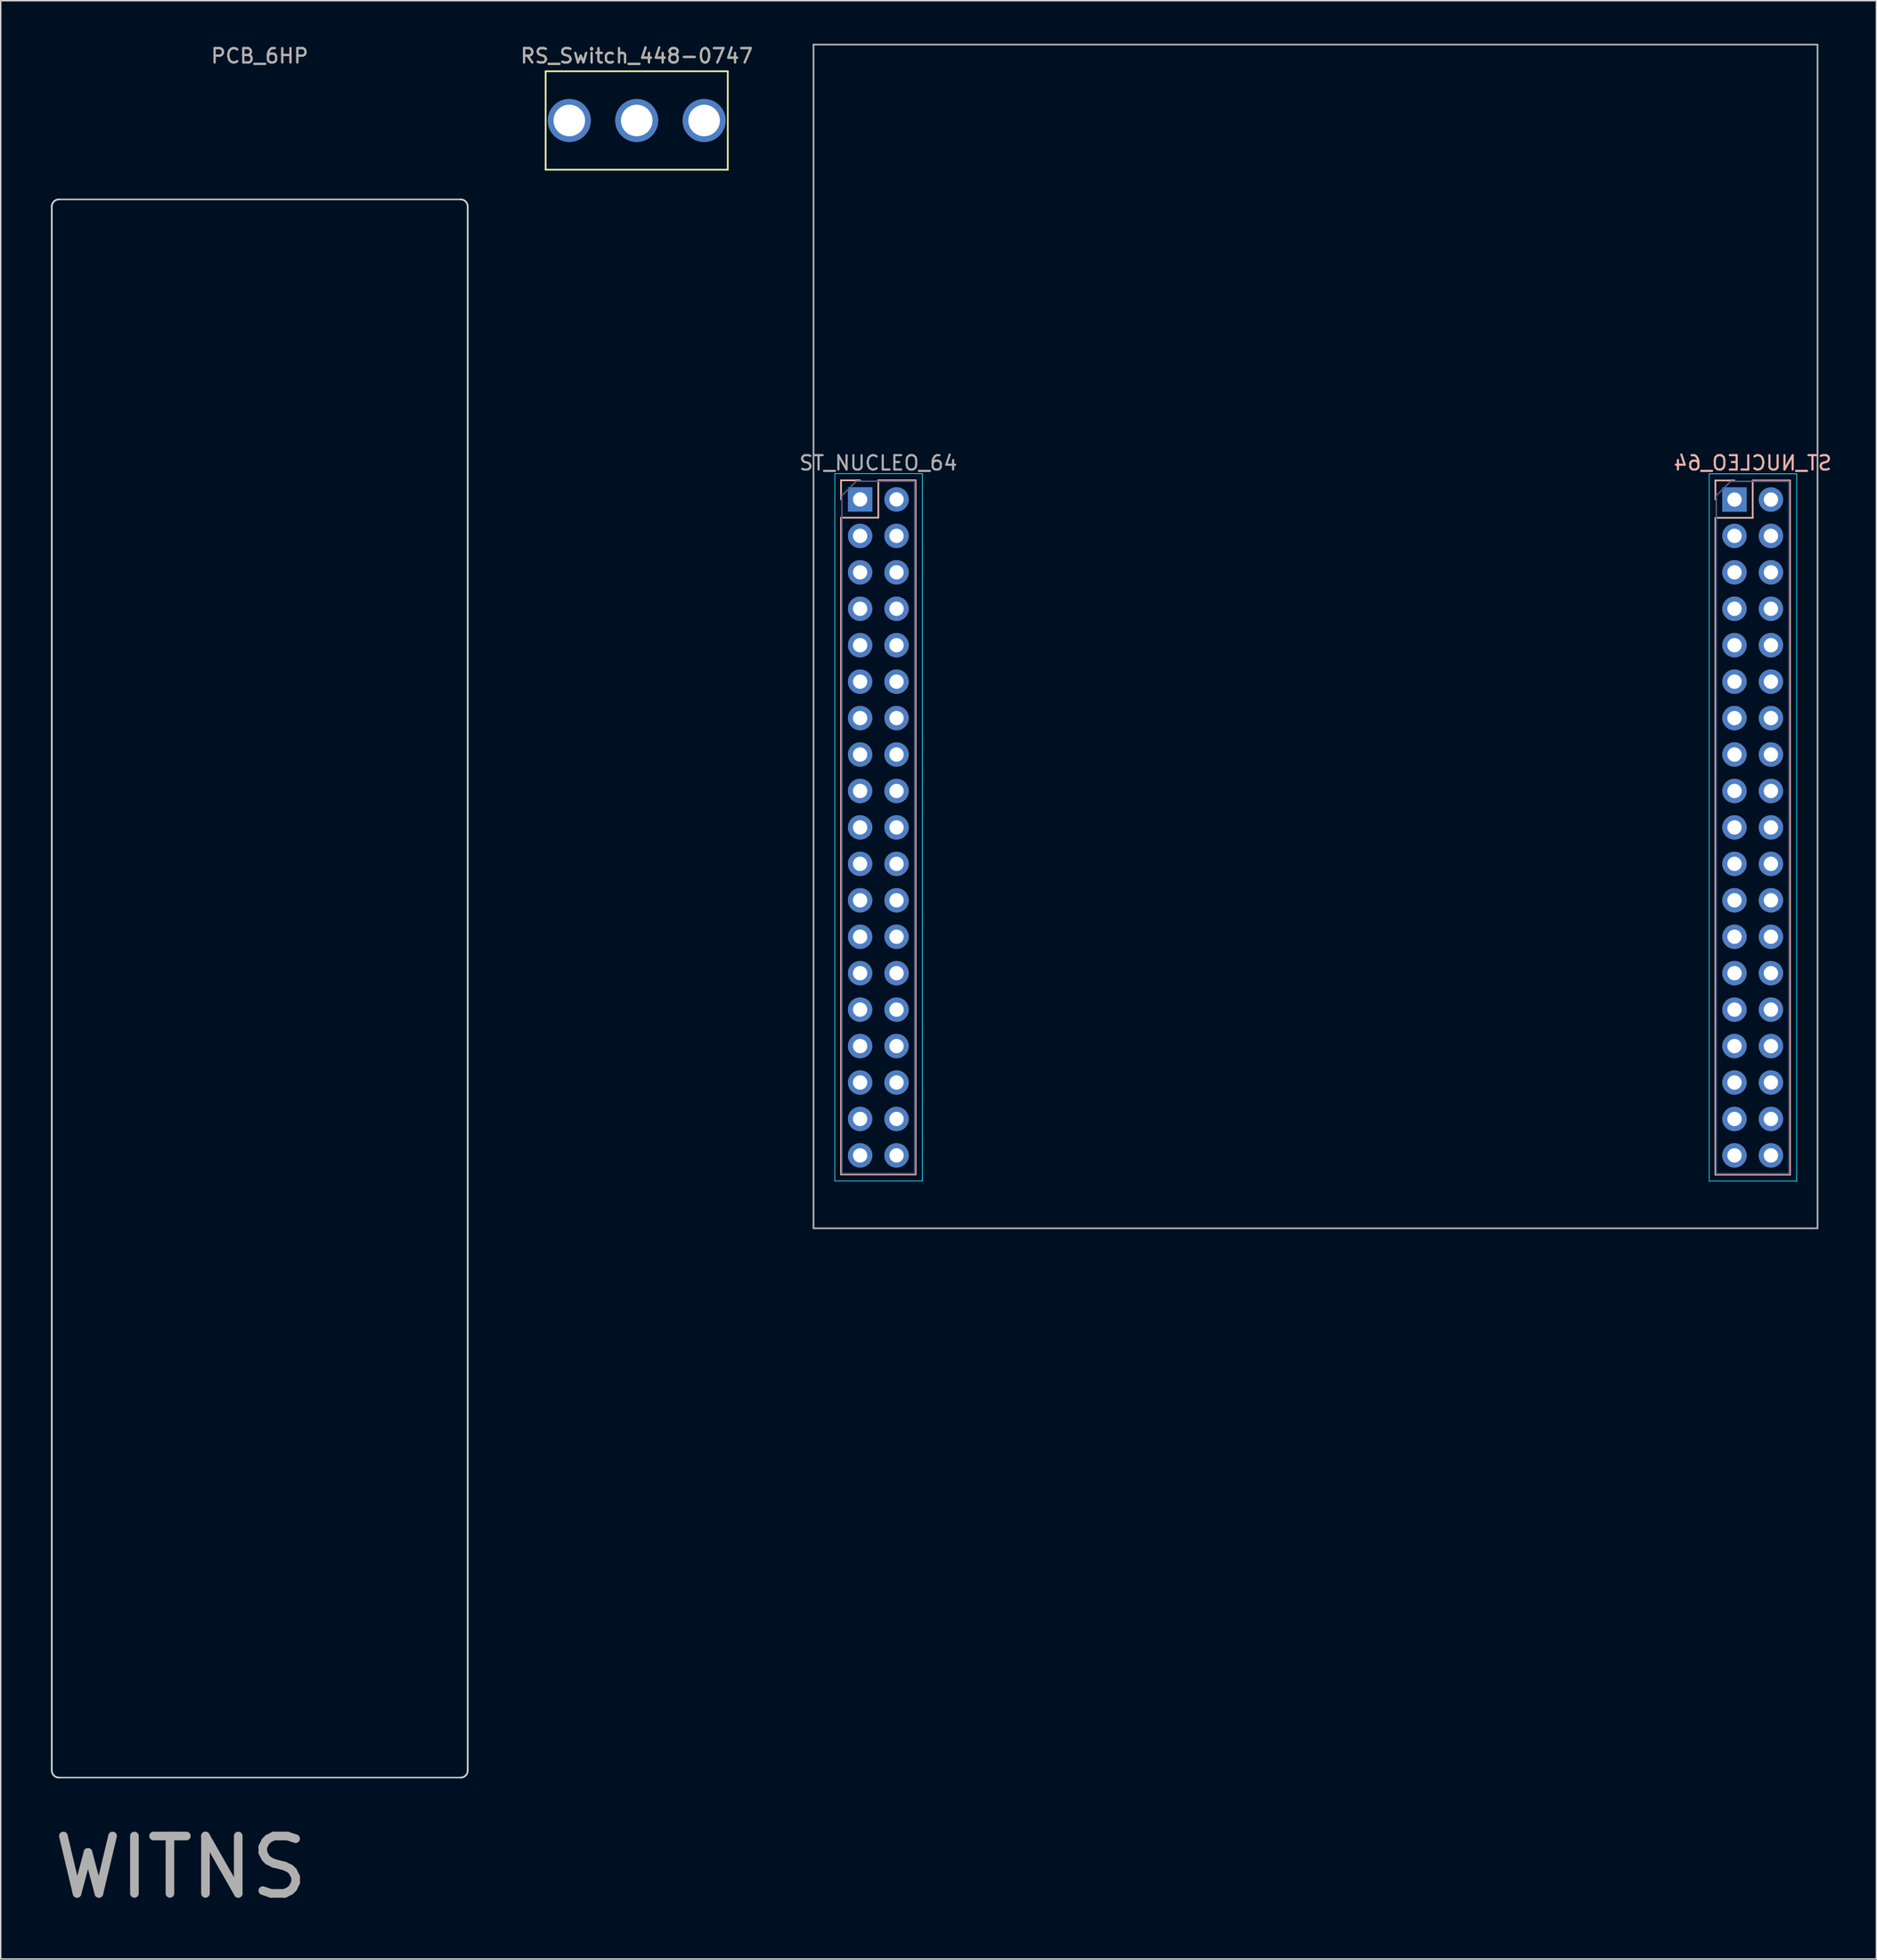
<source format=kicad_pcb>
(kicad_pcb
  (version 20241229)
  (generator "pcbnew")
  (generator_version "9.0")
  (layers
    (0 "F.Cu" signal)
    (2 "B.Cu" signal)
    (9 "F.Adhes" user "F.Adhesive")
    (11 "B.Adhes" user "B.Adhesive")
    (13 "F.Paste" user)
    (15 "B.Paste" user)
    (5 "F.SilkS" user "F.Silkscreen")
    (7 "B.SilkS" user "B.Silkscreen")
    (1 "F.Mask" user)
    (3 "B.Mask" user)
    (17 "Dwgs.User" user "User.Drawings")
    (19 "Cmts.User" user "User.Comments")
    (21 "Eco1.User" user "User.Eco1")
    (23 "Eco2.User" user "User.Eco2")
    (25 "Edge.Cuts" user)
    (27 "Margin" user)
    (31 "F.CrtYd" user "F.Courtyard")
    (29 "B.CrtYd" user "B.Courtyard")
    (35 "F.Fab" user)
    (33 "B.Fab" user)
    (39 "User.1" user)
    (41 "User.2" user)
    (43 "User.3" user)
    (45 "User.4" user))
  (footprint "ST_NUCLEO_64"
    (layer "F.Cu")
    (at 88.665 54.62)
    (property "Reference" "ST_NUCLEO_64" (at 30.48 -25.4 0) (layer "B.SilkS") (effects (font (size 1 1) (thickness 0.15)) (justify mirror)))
    (attr through_hole)
    (fp_line (start -33.08 -24.19) (end -33.08 -22.86) (stroke (width 0.12) (type solid)) (layer "B.SilkS"))
    (fp_line (start -33.08 -21.59) (end -33.08 24.19) (stroke (width 0.12) (type solid)) (layer "B.SilkS"))
    (fp_line (start -31.75 -24.19) (end -33.08 -24.19) (stroke (width 0.12) (type solid)) (layer "B.SilkS"))
    (fp_line (start -30.48 -24.19) (end -30.48 -21.59) (stroke (width 0.12) (type solid)) (layer "B.SilkS"))
    (fp_line (start -30.48 -21.59) (end -33.08 -21.59) (stroke (width 0.12) (type solid)) (layer "B.SilkS"))
    (fp_line (start -27.88 -24.19) (end -30.48 -24.19) (stroke (width 0.12) (type solid)) (layer "B.SilkS"))
    (fp_line (start -27.88 -24.19) (end -27.88 24.19) (stroke (width 0.12) (type solid)) (layer "B.SilkS"))
    (fp_line (start -27.88 24.19) (end -33.08 24.19) (stroke (width 0.12) (type solid)) (layer "B.SilkS"))
    (fp_line (start 27.88 -24.18) (end 27.88 -22.85) (stroke (width 0.12) (type solid)) (layer "B.SilkS"))
    (fp_line (start 27.88 -21.58) (end 27.88 24.2) (stroke (width 0.12) (type solid)) (layer "B.SilkS"))
    (fp_line (start 29.21 -24.18) (end 27.88 -24.18) (stroke (width 0.12) (type solid)) (layer "B.SilkS"))
    (fp_line (start 30.48 -24.18) (end 30.48 -21.58) (stroke (width 0.12) (type solid)) (layer "B.SilkS"))
    (fp_line (start 30.48 -21.58) (end 27.88 -21.58) (stroke (width 0.12) (type solid)) (layer "B.SilkS"))
    (fp_line (start 33.08 -24.18) (end 30.48 -24.18) (stroke (width 0.12) (type solid)) (layer "B.SilkS"))
    (fp_line (start 33.08 -24.18) (end 33.08 24.2) (stroke (width 0.12) (type solid)) (layer "B.SilkS"))
    (fp_line (start 33.08 24.2) (end 27.88 24.2) (stroke (width 0.12) (type solid)) (layer "B.SilkS"))
    (fp_line (start -33.51 -24.66) (end -33.51 24.64) (stroke (width 0.05) (type solid)) (layer "B.CrtYd"))
    (fp_line (start -33.51 24.64) (end -27.41 24.64) (stroke (width 0.05) (type solid)) (layer "B.CrtYd"))
    (fp_line (start -27.41 -24.66) (end -33.51 -24.66) (stroke (width 0.05) (type solid)) (layer "B.CrtYd"))
    (fp_line (start -27.41 24.64) (end -27.41 -24.66) (stroke (width 0.05) (type solid)) (layer "B.CrtYd"))
    (fp_line (start 27.45 -24.65) (end 27.45 24.65) (stroke (width 0.05) (type solid)) (layer "B.CrtYd"))
    (fp_line (start 27.45 24.65) (end 33.55 24.65) (stroke (width 0.05) (type solid)) (layer "B.CrtYd"))
    (fp_line (start 33.55 -24.65) (end 27.45 -24.65) (stroke (width 0.05) (type solid)) (layer "B.CrtYd"))
    (fp_line (start 33.55 24.65) (end 33.55 -24.65) (stroke (width 0.05) (type solid)) (layer "B.CrtYd"))
    (fp_line (start -33.02 -23.13) (end -33.02 24.13) (stroke (width 0.1) (type solid)) (layer "B.Fab"))
    (fp_line (start -33.02 24.13) (end -27.94 24.13) (stroke (width 0.1) (type solid)) (layer "B.Fab"))
    (fp_line (start -32.02 -24.13) (end -33.02 -23.13) (stroke (width 0.1) (type solid)) (layer "B.Fab"))
    (fp_line (start -27.94 -24.13) (end -32.02 -24.13) (stroke (width 0.1) (type solid)) (layer "B.Fab"))
    (fp_line (start -27.94 24.13) (end -27.94 -24.13) (stroke (width 0.1) (type solid)) (layer "B.Fab"))
    (fp_line (start 27.94 -23.12) (end 27.94 24.14) (stroke (width 0.1) (type solid)) (layer "B.Fab"))
    (fp_line (start 27.94 24.14) (end 33.02 24.14) (stroke (width 0.1) (type solid)) (layer "B.Fab"))
    (fp_line (start 28.94 -24.12) (end 27.94 -23.12) (stroke (width 0.1) (type solid)) (layer "B.Fab"))
    (fp_line (start 33.02 -24.12) (end 28.94 -24.12) (stroke (width 0.1) (type solid)) (layer "B.Fab"))
    (fp_line (start 33.02 24.14) (end 33.02 -24.12) (stroke (width 0.1) (type solid)) (layer "B.Fab"))
    (fp_line (start -35 -54.56) (end 35 -54.56) (stroke (width 0.12) (type default)) (layer "F.Fab"))
    (fp_line (start -35 27.94) (end -35 -54.56) (stroke (width 0.12) (type default)) (layer "F.Fab"))
    (fp_line (start -35 27.94) (end 35 27.94) (stroke (width 0.12) (type default)) (layer "F.Fab"))
    (fp_line (start 35 -54.56) (end 35 27.94) (stroke (width 0.12) (type default)) (layer "F.Fab"))
    (fp_text user "${REFERENCE}" (at -30.48 -25.4 180) (layer "F.Fab") (effects (font (size 1 1) (thickness 0.15))))
    (pad "101" thru_hole rect (at -31.75 -22.86) (size 1.7 1.7) (drill 1) (layers "*.Cu" "*.Mask"))
    (pad "102" thru_hole oval (at -29.21 -22.86) (size 1.7 1.7) (drill 1) (layers "*.Cu" "*.Mask"))
    (pad "103" thru_hole oval (at -31.75 -20.32) (size 1.7 1.7) (drill 1) (layers "*.Cu" "*.Mask"))
    (pad "104" thru_hole oval (at -29.21 -20.32) (size 1.7 1.7) (drill 1) (layers "*.Cu" "*.Mask"))
    (pad "105" thru_hole oval (at -31.75 -17.78) (size 1.7 1.7) (drill 1) (layers "*.Cu" "*.Mask"))
    (pad "106" thru_hole oval (at -29.21 -17.78) (size 1.7 1.7) (drill 1) (layers "*.Cu" "*.Mask"))
    (pad "107" thru_hole oval (at -31.75 -15.24) (size 1.7 1.7) (drill 1) (layers "*.Cu" "*.Mask"))
    (pad "108" thru_hole oval (at -29.21 -15.24) (size 1.7 1.7) (drill 1) (layers "*.Cu" "*.Mask"))
    (pad "109" thru_hole oval (at -31.75 -12.7) (size 1.7 1.7) (drill 1) (layers "*.Cu" "*.Mask"))
    (pad "110" thru_hole oval (at -29.21 -12.7) (size 1.7 1.7) (drill 1) (layers "*.Cu" "*.Mask"))
    (pad "111" thru_hole oval (at -31.75 -10.16) (size 1.7 1.7) (drill 1) (layers "*.Cu" "*.Mask"))
    (pad "112" thru_hole oval (at -29.21 -10.16) (size 1.7 1.7) (drill 1) (layers "*.Cu" "*.Mask"))
    (pad "113" thru_hole oval (at -31.75 -7.62) (size 1.7 1.7) (drill 1) (layers "*.Cu" "*.Mask"))
    (pad "114" thru_hole oval (at -29.21 -7.62) (size 1.7 1.7) (drill 1) (layers "*.Cu" "*.Mask"))
    (pad "115" thru_hole oval (at -31.75 -5.08) (size 1.7 1.7) (drill 1) (layers "*.Cu" "*.Mask"))
    (pad "116" thru_hole oval (at -29.21 -5.08) (size 1.7 1.7) (drill 1) (layers "*.Cu" "*.Mask"))
    (pad "117" thru_hole oval (at -31.75 -2.54) (size 1.7 1.7) (drill 1) (layers "*.Cu" "*.Mask"))
    (pad "118" thru_hole oval (at -29.21 -2.54) (size 1.7 1.7) (drill 1) (layers "*.Cu" "*.Mask"))
    (pad "119" thru_hole oval (at -31.75 0) (size 1.7 1.7) (drill 1) (layers "*.Cu" "*.Mask"))
    (pad "120" thru_hole oval (at -29.21 0) (size 1.7 1.7) (drill 1) (layers "*.Cu" "*.Mask"))
    (pad "121" thru_hole oval (at -31.75 2.54) (size 1.7 1.7) (drill 1) (layers "*.Cu" "*.Mask"))
    (pad "122" thru_hole oval (at -29.21 2.54) (size 1.7 1.7) (drill 1) (layers "*.Cu" "*.Mask"))
    (pad "123" thru_hole oval (at -31.75 5.08) (size 1.7 1.7) (drill 1) (layers "*.Cu" "*.Mask"))
    (pad "124" thru_hole oval (at -29.21 5.08) (size 1.7 1.7) (drill 1) (layers "*.Cu" "*.Mask"))
    (pad "125" thru_hole oval (at -31.75 7.62) (size 1.7 1.7) (drill 1) (layers "*.Cu" "*.Mask"))
    (pad "126" thru_hole oval (at -29.21 7.62) (size 1.7 1.7) (drill 1) (layers "*.Cu" "*.Mask"))
    (pad "127" thru_hole oval (at -31.75 10.16) (size 1.7 1.7) (drill 1) (layers "*.Cu" "*.Mask"))
    (pad "128" thru_hole oval (at -29.21 10.16) (size 1.7 1.7) (drill 1) (layers "*.Cu" "*.Mask"))
    (pad "129" thru_hole oval (at -31.75 12.7) (size 1.7 1.7) (drill 1) (layers "*.Cu" "*.Mask"))
    (pad "130" thru_hole oval (at -29.21 12.7) (size 1.7 1.7) (drill 1) (layers "*.Cu" "*.Mask"))
    (pad "131" thru_hole oval (at -31.75 15.24) (size 1.7 1.7) (drill 1) (layers "*.Cu" "*.Mask"))
    (pad "132" thru_hole oval (at -29.21 15.24) (size 1.7 1.7) (drill 1) (layers "*.Cu" "*.Mask"))
    (pad "133" thru_hole oval (at -31.75 17.78) (size 1.7 1.7) (drill 1) (layers "*.Cu" "*.Mask"))
    (pad "134" thru_hole oval (at -29.21 17.78) (size 1.7 1.7) (drill 1) (layers "*.Cu" "*.Mask"))
    (pad "135" thru_hole oval (at -31.75 20.32) (size 1.7 1.7) (drill 1) (layers "*.Cu" "*.Mask"))
    (pad "136" thru_hole oval (at -29.21 20.32) (size 1.7 1.7) (drill 1) (layers "*.Cu" "*.Mask"))
    (pad "137" thru_hole oval (at -31.75 22.86) (size 1.7 1.7) (drill 1) (layers "*.Cu" "*.Mask"))
    (pad "138" thru_hole oval (at -29.21 22.86) (size 1.7 1.7) (drill 1) (layers "*.Cu" "*.Mask"))
    (pad "201" thru_hole rect (at 29.21 -22.85) (size 1.7 1.7) (drill 1) (layers "*.Cu" "*.Mask"))
    (pad "202" thru_hole oval (at 31.75 -22.85) (size 1.7 1.7) (drill 1) (layers "*.Cu" "*.Mask"))
    (pad "203" thru_hole oval (at 29.21 -20.32) (size 1.7 1.7) (drill 1) (layers "*.Cu" "*.Mask"))
    (pad "204" thru_hole oval (at 31.75 -20.32) (size 1.7 1.7) (drill 1) (layers "*.Cu" "*.Mask"))
    (pad "205" thru_hole oval (at 29.21 -17.78) (size 1.7 1.7) (drill 1) (layers "*.Cu" "*.Mask"))
    (pad "206" thru_hole oval (at 31.75 -17.78) (size 1.7 1.7) (drill 1) (layers "*.Cu" "*.Mask"))
    (pad "207" thru_hole oval (at 29.21 -15.24) (size 1.7 1.7) (drill 1) (layers "*.Cu" "*.Mask"))
    (pad "208" thru_hole oval (at 31.75 -15.24) (size 1.7 1.7) (drill 1) (layers "*.Cu" "*.Mask"))
    (pad "209" thru_hole oval (at 29.21 -12.7) (size 1.7 1.7) (drill 1) (layers "*.Cu" "*.Mask"))
    (pad "210" thru_hole oval (at 31.75 -12.7) (size 1.7 1.7) (drill 1) (layers "*.Cu" "*.Mask"))
    (pad "211" thru_hole oval (at 29.21 -10.16) (size 1.7 1.7) (drill 1) (layers "*.Cu" "*.Mask"))
    (pad "212" thru_hole oval (at 31.75 -10.16) (size 1.7 1.7) (drill 1) (layers "*.Cu" "*.Mask"))
    (pad "213" thru_hole oval (at 29.21 -7.62) (size 1.7 1.7) (drill 1) (layers "*.Cu" "*.Mask"))
    (pad "214" thru_hole oval (at 31.75 -7.62) (size 1.7 1.7) (drill 1) (layers "*.Cu" "*.Mask"))
    (pad "215" thru_hole oval (at 29.21 -5.08) (size 1.7 1.7) (drill 1) (layers "*.Cu" "*.Mask"))
    (pad "216" thru_hole oval (at 31.75 -5.08) (size 1.7 1.7) (drill 1) (layers "*.Cu" "*.Mask"))
    (pad "217" thru_hole oval (at 29.21 -2.54) (size 1.7 1.7) (drill 1) (layers "*.Cu" "*.Mask"))
    (pad "218" thru_hole oval (at 31.75 -2.54) (size 1.7 1.7) (drill 1) (layers "*.Cu" "*.Mask"))
    (pad "219" thru_hole oval (at 29.21 0) (size 1.7 1.7) (drill 1) (layers "*.Cu" "*.Mask"))
    (pad "220" thru_hole oval (at 31.75 0) (size 1.7 1.7) (drill 1) (layers "*.Cu" "*.Mask"))
    (pad "221" thru_hole oval (at 29.21 2.54) (size 1.7 1.7) (drill 1) (layers "*.Cu" "*.Mask"))
    (pad "222" thru_hole oval (at 31.75 2.54) (size 1.7 1.7) (drill 1) (layers "*.Cu" "*.Mask"))
    (pad "223" thru_hole oval (at 29.21 5.08) (size 1.7 1.7) (drill 1) (layers "*.Cu" "*.Mask"))
    (pad "224" thru_hole oval (at 31.75 5.08) (size 1.7 1.7) (drill 1) (layers "*.Cu" "*.Mask"))
    (pad "225" thru_hole oval (at 29.21 7.62) (size 1.7 1.7) (drill 1) (layers "*.Cu" "*.Mask"))
    (pad "226" thru_hole oval (at 31.75 7.62) (size 1.7 1.7) (drill 1) (layers "*.Cu" "*.Mask"))
    (pad "227" thru_hole oval (at 29.21 10.16) (size 1.7 1.7) (drill 1) (layers "*.Cu" "*.Mask"))
    (pad "228" thru_hole oval (at 31.75 10.16) (size 1.7 1.7) (drill 1) (layers "*.Cu" "*.Mask"))
    (pad "229" thru_hole oval (at 29.21 12.7) (size 1.7 1.7) (drill 1) (layers "*.Cu" "*.Mask"))
    (pad "230" thru_hole oval (at 31.75 12.7) (size 1.7 1.7) (drill 1) (layers "*.Cu" "*.Mask"))
    (pad "231" thru_hole oval (at 29.21 15.24) (size 1.7 1.7) (drill 1) (layers "*.Cu" "*.Mask"))
    (pad "232" thru_hole oval (at 31.75 15.24) (size 1.7 1.7) (drill 1) (layers "*.Cu" "*.Mask"))
    (pad "233" thru_hole oval (at 29.21 17.78) (size 1.7 1.7) (drill 1) (layers "*.Cu" "*.Mask"))
    (pad "234" thru_hole oval (at 31.75 17.78) (size 1.7 1.7) (drill 1) (layers "*.Cu" "*.Mask"))
    (pad "235" thru_hole oval (at 29.21 20.32) (size 1.7 1.7) (drill 1) (layers "*.Cu" "*.Mask"))
    (pad "236" thru_hole oval (at 31.75 20.32) (size 1.7 1.7) (drill 1) (layers "*.Cu" "*.Mask"))
    (pad "237" thru_hole oval (at 29.21 22.86) (size 1.7 1.7) (drill 1) (layers "*.Cu" "*.Mask"))
    (pad "238" thru_hole oval (at 31.75 22.86) (size 1.7 1.7) (drill 1) (layers "*.Cu" "*.Mask")))
  (footprint "RS_Switch_448-0747"
    (layer "F.Cu")
    (at 41.34 5.348)
    (property "Reference" "RS_Switch_448-0747" (at 0 -4.5 0) (unlocked yes) (layer "F.SilkS") (effects (font (size 1 1) (thickness 0.15))))
    (attr through_hole)
    (fp_line (start -6.35 -3.43) (end 6.35 -3.43) (stroke (width 0.12) (type solid)) (layer "F.SilkS"))
    (fp_line (start -6.35 3.43) (end -6.35 -3.43) (stroke (width 0.12) (type solid)) (layer "F.SilkS"))
    (fp_line (start 6.35 -3.43) (end 6.35 3.43) (stroke (width 0.12) (type solid)) (layer "F.SilkS"))
    (fp_line (start 6.35 3.43) (end -6.35 3.43) (stroke (width 0.12) (type solid)) (layer "F.SilkS"))
    (fp_text user "${REFERENCE}" (at 0 -4.5 0) (unlocked yes) (layer "F.Fab") (effects (font (size 1 1) (thickness 0.15))))
    (pad "1" thru_hole circle (at -4.7 0) (size 3 3) (drill 2.2) (layers "*.Cu" "*.Mask"))
    (pad "2" thru_hole circle (at 0 0) (size 3 3) (drill 2.2) (layers "*.Cu" "*.Mask"))
    (pad "3" thru_hole circle (at 4.7 0) (size 3 3) (drill 2.2) (layers "*.Cu" "*.Mask")))
  (footprint "PCB_6HP"
    (layer "F.Cu")
    (at 15.06 65.848)
    (property "Reference" "PCB_6HP" (at 0 -65 0) (unlocked yes) (layer "F.Fab") (effects (font (size 1 1) (thickness 0.15))))
    (attr through_hole)
    (fp_line (start -14.5 54.5) (end -14.5 -54.5) (stroke (width 0.12) (type solid)) (layer "Edge.Cuts"))
    (fp_line (start -14 -55) (end 14 -55) (stroke (width 0.1) (type solid)) (layer "Edge.Cuts"))
    (fp_line (start -14 55) (end 14 55) (stroke (width 0.1) (type solid)) (layer "Edge.Cuts"))
    (fp_line (start 14.5 -54.5) (end 14.5 54.5) (stroke (width 0.12) (type solid)) (layer "Edge.Cuts"))
    (fp_arc (start -14.5 -54.5) (mid -14.353553 -54.853553) (end -14 -55) (stroke (width 0.12) (type solid)) (layer "Edge.Cuts"))
    (fp_arc (start -14 55) (mid -14.353553 54.853553) (end -14.5 54.5) (stroke (width 0.12) (type solid)) (layer "Edge.Cuts"))
    (fp_arc (start 14 -55) (mid 14.353553 -54.853553) (end 14.5 -54.5) (stroke (width 0.12) (type solid)) (layer "Edge.Cuts"))
    (fp_arc (start 14.5 54.5) (mid 14.353553 54.853553) (end 14 55) (stroke (width 0.12) (type solid)) (layer "Edge.Cuts"))
    (fp_line (start -15 -63.75) (end -15 63.75) (stroke (width 0.12) (type solid)) (layer "User.2"))
    (fp_line (start -14.5 64.25) (end 14.5 64.25) (stroke (width 0.12) (type solid)) (layer "User.2"))
    (fp_line (start 14.5 -64.25) (end -14.5 -64.25) (stroke (width 0.12) (type solid)) (layer "User.2"))
    (fp_line (start 15 63.75) (end 15 -63.75) (stroke (width 0.12) (type solid)) (layer "User.2"))
    (fp_arc (start -15 -63.75) (mid -14.853553 -64.103553) (end -14.5 -64.25) (stroke (width 0.12) (type solid)) (layer "User.2"))
    (fp_arc (start -14.5 64.25) (mid -14.853553 64.103553) (end -15 63.75) (stroke (width 0.12) (type solid)) (layer "User.2"))
    (fp_arc (start 14.5 -64.25) (mid 14.853553 -64.103553) (end 15 -63.75) (stroke (width 0.12) (type solid)) (layer "User.2"))
    (fp_arc (start 15 63.75) (mid 14.853553 64.103553) (end 14.5 64.25) (stroke (width 0.12) (type solid)) (layer "User.2"))
    (fp_circle (center -7.62 -61.25) (end -5.499 -61.25) (stroke (width 0.12) (type solid)) (fill no) (layer "User.2"))
    (fp_circle (center 7.62 61.25) (end 9.741 61.25) (stroke (width 0.12) (type solid)) (fill no) (layer "User.2"))
    (fp_text user "${REFERENCE}" (at 0 -65 0) (unlocked yes) (layer "F.Fab") (effects (font (size 1 1) (thickness 0.15))))
    (fp_text user "WITNS" (at -5.5 61.25 0) (unlocked yes) (layer "F.Fab") (effects (font (size 4 4) (thickness 0.6)))))
  (gr_rect
    (start -3 -3)
    (end 127.77 133.491)
    (stroke (width 0.1) (type default))
    (fill no)
    (layer "Edge.Cuts")))
</source>
